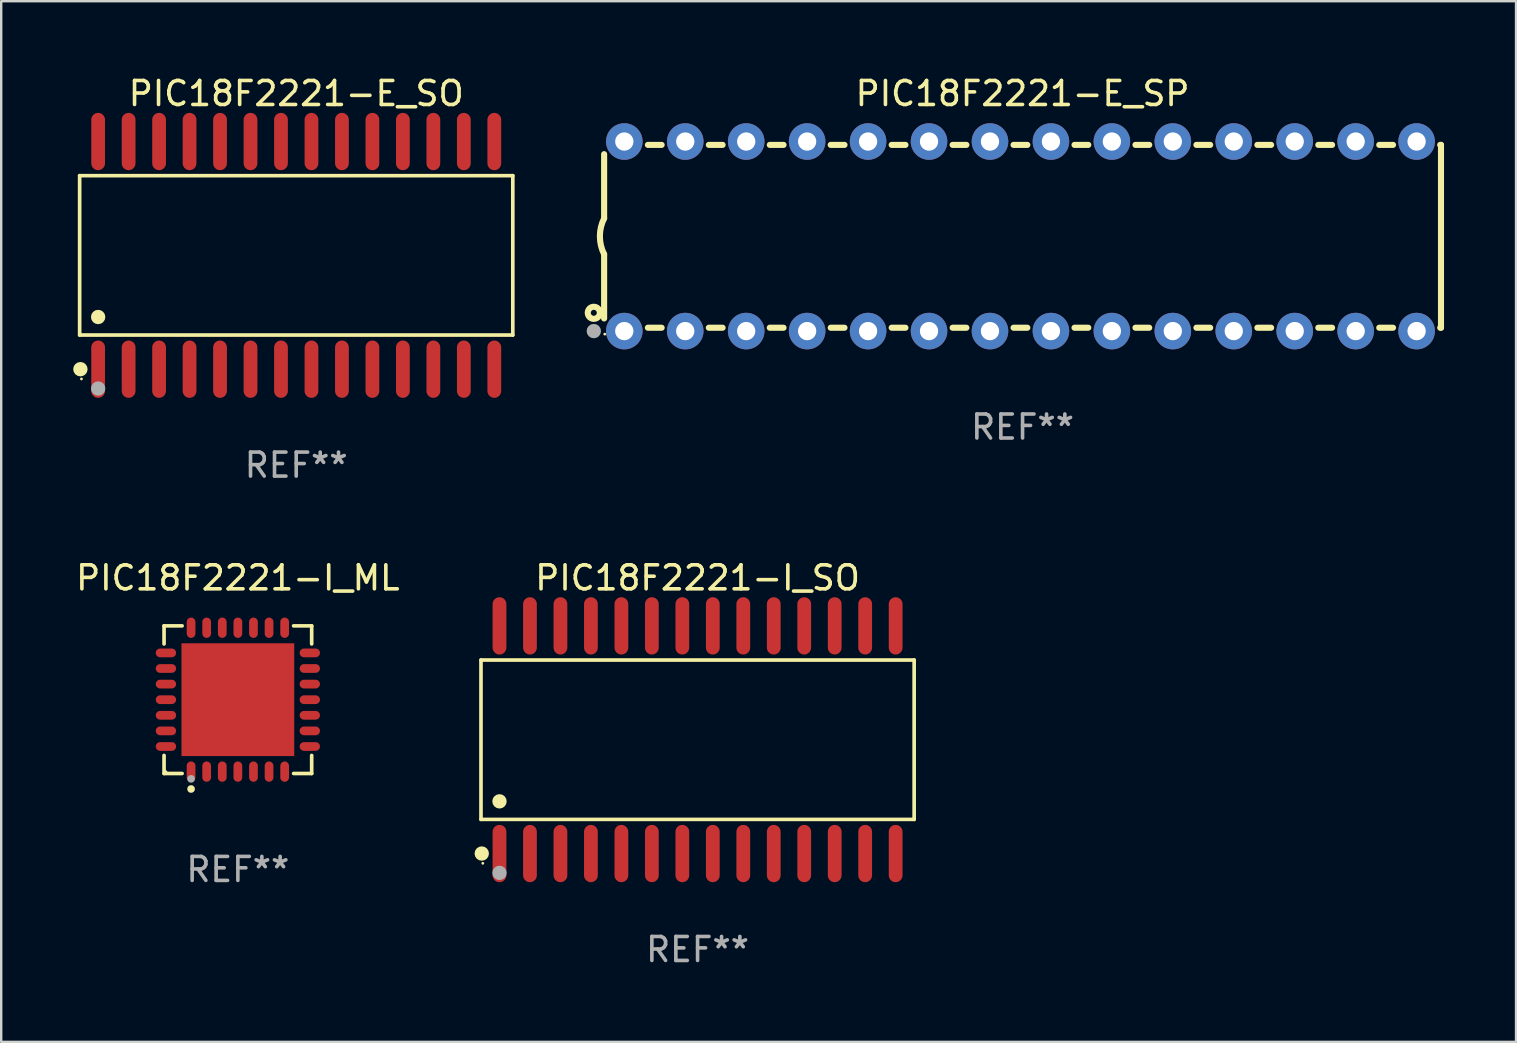
<source format=kicad_pcb>
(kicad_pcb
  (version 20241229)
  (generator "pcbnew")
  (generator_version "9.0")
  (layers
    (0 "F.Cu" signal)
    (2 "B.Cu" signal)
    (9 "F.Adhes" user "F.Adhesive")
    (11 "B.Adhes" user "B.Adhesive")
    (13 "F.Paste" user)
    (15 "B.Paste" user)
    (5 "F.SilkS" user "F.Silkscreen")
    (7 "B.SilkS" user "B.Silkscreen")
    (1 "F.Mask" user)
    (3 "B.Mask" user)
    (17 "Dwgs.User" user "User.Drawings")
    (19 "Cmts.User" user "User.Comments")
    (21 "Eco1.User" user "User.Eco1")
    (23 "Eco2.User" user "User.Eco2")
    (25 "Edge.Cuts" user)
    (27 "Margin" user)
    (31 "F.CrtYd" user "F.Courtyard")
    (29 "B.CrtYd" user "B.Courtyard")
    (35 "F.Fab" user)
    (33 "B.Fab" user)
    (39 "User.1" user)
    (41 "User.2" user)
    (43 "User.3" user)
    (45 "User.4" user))
  (footprint "PIC18F2221-E_SO"
    (layer "F.Cu")
    (at 9.295 7.592)
    (property "Reference" "PIC18F2221-E_SO" (at 0 -6.744 0) (layer "F.SilkS") (effects (font (size 1 1) (thickness 0.15))))
    (attr through_hole)
    (fp_line (start -9.026 -3.321) (end 9.026 -3.321) (stroke (width 0.152) (type solid)) (layer "F.SilkS"))
    (fp_line (start -9.026 3.321) (end -9.026 -3.321) (stroke (width 0.152) (type solid)) (layer "F.SilkS"))
    (fp_line (start 9.026 -3.321) (end 9.026 3.321) (stroke (width 0.152) (type solid)) (layer "F.SilkS"))
    (fp_line (start 9.026 3.321) (end -9.026 3.321) (stroke (width 0.152) (type solid)) (layer "F.SilkS"))
    (fp_circle (center -8.994 4.744) (end -8.844 4.744) (stroke (width 0.3) (type solid)) (fill no) (layer "F.SilkS"))
    (fp_circle (center -8.95 5.15) (end -8.92 5.15) (stroke (width 0.06) (type solid)) (fill no) (layer "F.SilkS"))
    (fp_circle (center -8.255 2.569) (end -8.105 2.569) (stroke (width 0.3) (type solid)) (fill no) (layer "F.SilkS"))
    (fp_circle (center -8.255 5.55) (end -8.105 5.55) (stroke (width 0.3) (type solid)) (fill no) (layer "F.Fab"))
    (fp_text user "REF**" (at 0 8.744 0) (layer "F.Fab") (effects (font (size 1 1) (thickness 0.15))))
    (pad "1" smd oval (at -8.255 4.744) (size 0.574 2.388) (layers "F.Cu" "F.Mask" "F.Paste"))
    (pad "2" smd oval (at -6.985 4.744) (size 0.574 2.388) (layers "F.Cu" "F.Mask" "F.Paste"))
    (pad "3" smd oval (at -5.715 4.744) (size 0.574 2.388) (layers "F.Cu" "F.Mask" "F.Paste"))
    (pad "4" smd oval (at -4.445 4.744) (size 0.574 2.388) (layers "F.Cu" "F.Mask" "F.Paste"))
    (pad "5" smd oval (at -3.175 4.744) (size 0.574 2.388) (layers "F.Cu" "F.Mask" "F.Paste"))
    (pad "6" smd oval (at -1.905 4.744) (size 0.574 2.388) (layers "F.Cu" "F.Mask" "F.Paste"))
    (pad "7" smd oval (at -0.635 4.744) (size 0.574 2.388) (layers "F.Cu" "F.Mask" "F.Paste"))
    (pad "8" smd oval (at 0.635 4.744) (size 0.574 2.388) (layers "F.Cu" "F.Mask" "F.Paste"))
    (pad "9" smd oval (at 1.905 4.744) (size 0.574 2.388) (layers "F.Cu" "F.Mask" "F.Paste"))
    (pad "10" smd oval (at 3.175 4.744) (size 0.574 2.388) (layers "F.Cu" "F.Mask" "F.Paste"))
    (pad "11" smd oval (at 4.445 4.744) (size 0.574 2.388) (layers "F.Cu" "F.Mask" "F.Paste"))
    (pad "12" smd oval (at 5.715 4.744) (size 0.574 2.388) (layers "F.Cu" "F.Mask" "F.Paste"))
    (pad "13" smd oval (at 6.985 4.744) (size 0.574 2.388) (layers "F.Cu" "F.Mask" "F.Paste"))
    (pad "14" smd oval (at 8.255 4.744) (size 0.574 2.388) (layers "F.Cu" "F.Mask" "F.Paste"))
    (pad "15" smd oval (at 8.255 -4.744) (size 0.574 2.388) (layers "F.Cu" "F.Mask" "F.Paste"))
    (pad "16" smd oval (at 6.985 -4.744) (size 0.574 2.388) (layers "F.Cu" "F.Mask" "F.Paste"))
    (pad "17" smd oval (at 5.715 -4.744) (size 0.574 2.388) (layers "F.Cu" "F.Mask" "F.Paste"))
    (pad "18" smd oval (at 4.445 -4.744) (size 0.574 2.388) (layers "F.Cu" "F.Mask" "F.Paste"))
    (pad "19" smd oval (at 3.175 -4.744) (size 0.574 2.388) (layers "F.Cu" "F.Mask" "F.Paste"))
    (pad "20" smd oval (at 1.905 -4.744) (size 0.574 2.388) (layers "F.Cu" "F.Mask" "F.Paste"))
    (pad "21" smd oval (at 0.635 -4.744) (size 0.574 2.388) (layers "F.Cu" "F.Mask" "F.Paste"))
    (pad "22" smd oval (at -0.635 -4.744) (size 0.574 2.388) (layers "F.Cu" "F.Mask" "F.Paste"))
    (pad "23" smd oval (at -1.905 -4.744) (size 0.574 2.388) (layers "F.Cu" "F.Mask" "F.Paste"))
    (pad "24" smd oval (at -3.175 -4.744) (size 0.574 2.388) (layers "F.Cu" "F.Mask" "F.Paste"))
    (pad "25" smd oval (at -4.445 -4.744) (size 0.574 2.388) (layers "F.Cu" "F.Mask" "F.Paste"))
    (pad "26" smd oval (at -5.715 -4.744) (size 0.574 2.388) (layers "F.Cu" "F.Mask" "F.Paste"))
    (pad "27" smd oval (at -6.985 -4.744) (size 0.574 2.388) (layers "F.Cu" "F.Mask" "F.Paste"))
    (pad "28" smd oval (at -8.255 -4.744) (size 0.574 2.388) (layers "F.Cu" "F.Mask" "F.Paste")))
  (footprint "PIC18F2221-I_SO"
    (layer "F.Cu")
    (at 26.021 27.777)
    (property "Reference" "PIC18F2221-I_SO" (at 0 -6.744 0) (layer "F.SilkS") (effects (font (size 1 1) (thickness 0.15))))
    (attr through_hole)
    (fp_line (start -9.026 -3.321) (end 9.026 -3.321) (stroke (width 0.152) (type solid)) (layer "F.SilkS"))
    (fp_line (start -9.026 3.321) (end -9.026 -3.321) (stroke (width 0.152) (type solid)) (layer "F.SilkS"))
    (fp_line (start 9.026 -3.321) (end 9.026 3.321) (stroke (width 0.152) (type solid)) (layer "F.SilkS"))
    (fp_line (start 9.026 3.321) (end -9.026 3.321) (stroke (width 0.152) (type solid)) (layer "F.SilkS"))
    (fp_circle (center -8.994 4.744) (end -8.844 4.744) (stroke (width 0.3) (type solid)) (fill no) (layer "F.SilkS"))
    (fp_circle (center -8.95 5.15) (end -8.92 5.15) (stroke (width 0.06) (type solid)) (fill no) (layer "F.SilkS"))
    (fp_circle (center -8.255 2.569) (end -8.105 2.569) (stroke (width 0.3) (type solid)) (fill no) (layer "F.SilkS"))
    (fp_circle (center -8.255 5.55) (end -8.105 5.55) (stroke (width 0.3) (type solid)) (fill no) (layer "F.Fab"))
    (fp_text user "REF**" (at 0 8.744 0) (layer "F.Fab") (effects (font (size 1 1) (thickness 0.15))))
    (pad "1" smd oval (at -8.255 4.744) (size 0.574 2.388) (layers "F.Cu" "F.Mask" "F.Paste"))
    (pad "2" smd oval (at -6.985 4.744) (size 0.574 2.388) (layers "F.Cu" "F.Mask" "F.Paste"))
    (pad "3" smd oval (at -5.715 4.744) (size 0.574 2.388) (layers "F.Cu" "F.Mask" "F.Paste"))
    (pad "4" smd oval (at -4.445 4.744) (size 0.574 2.388) (layers "F.Cu" "F.Mask" "F.Paste"))
    (pad "5" smd oval (at -3.175 4.744) (size 0.574 2.388) (layers "F.Cu" "F.Mask" "F.Paste"))
    (pad "6" smd oval (at -1.905 4.744) (size 0.574 2.388) (layers "F.Cu" "F.Mask" "F.Paste"))
    (pad "7" smd oval (at -0.635 4.744) (size 0.574 2.388) (layers "F.Cu" "F.Mask" "F.Paste"))
    (pad "8" smd oval (at 0.635 4.744) (size 0.574 2.388) (layers "F.Cu" "F.Mask" "F.Paste"))
    (pad "9" smd oval (at 1.905 4.744) (size 0.574 2.388) (layers "F.Cu" "F.Mask" "F.Paste"))
    (pad "10" smd oval (at 3.175 4.744) (size 0.574 2.388) (layers "F.Cu" "F.Mask" "F.Paste"))
    (pad "11" smd oval (at 4.445 4.744) (size 0.574 2.388) (layers "F.Cu" "F.Mask" "F.Paste"))
    (pad "12" smd oval (at 5.715 4.744) (size 0.574 2.388) (layers "F.Cu" "F.Mask" "F.Paste"))
    (pad "13" smd oval (at 6.985 4.744) (size 0.574 2.388) (layers "F.Cu" "F.Mask" "F.Paste"))
    (pad "14" smd oval (at 8.255 4.744) (size 0.574 2.388) (layers "F.Cu" "F.Mask" "F.Paste"))
    (pad "15" smd oval (at 8.255 -4.744) (size 0.574 2.388) (layers "F.Cu" "F.Mask" "F.Paste"))
    (pad "16" smd oval (at 6.985 -4.744) (size 0.574 2.388) (layers "F.Cu" "F.Mask" "F.Paste"))
    (pad "17" smd oval (at 5.715 -4.744) (size 0.574 2.388) (layers "F.Cu" "F.Mask" "F.Paste"))
    (pad "18" smd oval (at 4.445 -4.744) (size 0.574 2.388) (layers "F.Cu" "F.Mask" "F.Paste"))
    (pad "19" smd oval (at 3.175 -4.744) (size 0.574 2.388) (layers "F.Cu" "F.Mask" "F.Paste"))
    (pad "20" smd oval (at 1.905 -4.744) (size 0.574 2.388) (layers "F.Cu" "F.Mask" "F.Paste"))
    (pad "21" smd oval (at 0.635 -4.744) (size 0.574 2.388) (layers "F.Cu" "F.Mask" "F.Paste"))
    (pad "22" smd oval (at -0.635 -4.744) (size 0.574 2.388) (layers "F.Cu" "F.Mask" "F.Paste"))
    (pad "23" smd oval (at -1.905 -4.744) (size 0.574 2.388) (layers "F.Cu" "F.Mask" "F.Paste"))
    (pad "24" smd oval (at -3.175 -4.744) (size 0.574 2.388) (layers "F.Cu" "F.Mask" "F.Paste"))
    (pad "25" smd oval (at -4.445 -4.744) (size 0.574 2.388) (layers "F.Cu" "F.Mask" "F.Paste"))
    (pad "26" smd oval (at -5.715 -4.744) (size 0.574 2.388) (layers "F.Cu" "F.Mask" "F.Paste"))
    (pad "27" smd oval (at -6.985 -4.744) (size 0.574 2.388) (layers "F.Cu" "F.Mask" "F.Paste"))
    (pad "28" smd oval (at -8.255 -4.744) (size 0.574 2.388) (layers "F.Cu" "F.Mask" "F.Paste")))
  (footprint "PIC18F2221-I_ML"
    (layer "F.Cu")
    (at 6.863 26.109)
    (property "Reference" "PIC18F2221-I_ML" (at 0 -5.076 0) (layer "F.SilkS") (effects (font (size 1 1) (thickness 0.15))))
    (attr through_hole)
    (fp_line (start -3.076 -3.076) (end -2.323 -3.076) (stroke (width 0.152) (type solid)) (layer "F.SilkS"))
    (fp_line (start -3.076 -2.323) (end -3.076 -3.076) (stroke (width 0.152) (type solid)) (layer "F.SilkS"))
    (fp_line (start -3.076 2.323) (end -3.076 3.076) (stroke (width 0.152) (type solid)) (layer "F.SilkS"))
    (fp_line (start -3.076 3.076) (end -2.323 3.076) (stroke (width 0.152) (type solid)) (layer "F.SilkS"))
    (fp_line (start 3.076 -3.076) (end 2.323 -3.076) (stroke (width 0.152) (type solid)) (layer "F.SilkS"))
    (fp_line (start 3.076 -2.323) (end 3.076 -3.076) (stroke (width 0.152) (type solid)) (layer "F.SilkS"))
    (fp_line (start 3.076 2.323) (end 3.076 3.076) (stroke (width 0.152) (type solid)) (layer "F.SilkS"))
    (fp_line (start 3.076 3.076) (end 2.323 3.076) (stroke (width 0.152) (type solid)) (layer "F.SilkS"))
    (fp_circle (center -3 3) (end -2.97 3) (stroke (width 0.06) (type solid)) (fill no) (layer "F.SilkS"))
    (fp_circle (center -1.95 3.722) (end -1.87 3.722) (stroke (width 0.16) (type solid)) (fill no) (layer "F.SilkS"))
    (fp_circle (center -1.95 3.3) (end -1.87 3.3) (stroke (width 0.16) (type solid)) (fill no) (layer "F.Fab"))
    (fp_text user "REF**" (at 0 7.076 0) (layer "F.Fab") (effects (font (size 1 1) (thickness 0.15))))
    (pad "1" smd oval (at -1.95 2.998) (size 0.364 0.847) (layers "F.Cu" "F.Mask" "F.Paste"))
    (pad "2" smd oval (at -1.3 2.998) (size 0.364 0.847) (layers "F.Cu" "F.Mask" "F.Paste"))
    (pad "3" smd oval (at -0.65 2.998) (size 0.364 0.847) (layers "F.Cu" "F.Mask" "F.Paste"))
    (pad "4" smd oval (at 0 2.998) (size 0.364 0.847) (layers "F.Cu" "F.Mask" "F.Paste"))
    (pad "5" smd oval (at 0.65 2.998) (size 0.364 0.847) (layers "F.Cu" "F.Mask" "F.Paste"))
    (pad "6" smd oval (at 1.3 2.998) (size 0.364 0.847) (layers "F.Cu" "F.Mask" "F.Paste"))
    (pad "7" smd oval (at 1.95 2.998) (size 0.364 0.847) (layers "F.Cu" "F.Mask" "F.Paste"))
    (pad "8" smd oval (at 2.998 1.95) (size 0.847 0.364) (layers "F.Cu" "F.Mask" "F.Paste"))
    (pad "9" smd oval (at 2.998 1.3) (size 0.847 0.364) (layers "F.Cu" "F.Mask" "F.Paste"))
    (pad "10" smd oval (at 2.998 0.65) (size 0.847 0.364) (layers "F.Cu" "F.Mask" "F.Paste"))
    (pad "11" smd oval (at 2.998 0) (size 0.847 0.364) (layers "F.Cu" "F.Mask" "F.Paste"))
    (pad "12" smd oval (at 2.998 -0.65) (size 0.847 0.364) (layers "F.Cu" "F.Mask" "F.Paste"))
    (pad "13" smd oval (at 2.998 -1.3) (size 0.847 0.364) (layers "F.Cu" "F.Mask" "F.Paste"))
    (pad "14" smd oval (at 2.998 -1.95) (size 0.847 0.364) (layers "F.Cu" "F.Mask" "F.Paste"))
    (pad "15" smd oval (at 1.95 -2.998) (size 0.364 0.847) (layers "F.Cu" "F.Mask" "F.Paste"))
    (pad "16" smd oval (at 1.3 -2.998) (size 0.364 0.847) (layers "F.Cu" "F.Mask" "F.Paste"))
    (pad "17" smd oval (at 0.65 -2.998) (size 0.364 0.847) (layers "F.Cu" "F.Mask" "F.Paste"))
    (pad "18" smd oval (at 0 -2.998) (size 0.364 0.847) (layers "F.Cu" "F.Mask" "F.Paste"))
    (pad "19" smd oval (at -0.65 -2.998) (size 0.364 0.847) (layers "F.Cu" "F.Mask" "F.Paste"))
    (pad "20" smd oval (at -1.3 -2.998) (size 0.364 0.847) (layers "F.Cu" "F.Mask" "F.Paste"))
    (pad "21" smd oval (at -1.95 -2.998) (size 0.364 0.847) (layers "F.Cu" "F.Mask" "F.Paste"))
    (pad "22" smd oval (at -2.998 -1.95) (size 0.847 0.364) (layers "F.Cu" "F.Mask" "F.Paste"))
    (pad "23" smd oval (at -2.998 -1.3) (size 0.847 0.364) (layers "F.Cu" "F.Mask" "F.Paste"))
    (pad "24" smd oval (at -2.998 -0.65) (size 0.847 0.364) (layers "F.Cu" "F.Mask" "F.Paste"))
    (pad "25" smd oval (at -2.998 0) (size 0.847 0.364) (layers "F.Cu" "F.Mask" "F.Paste"))
    (pad "26" smd oval (at -2.998 0.65) (size 0.847 0.364) (layers "F.Cu" "F.Mask" "F.Paste"))
    (pad "27" smd oval (at -2.998 1.3) (size 0.847 0.364) (layers "F.Cu" "F.Mask" "F.Paste"))
    (pad "28" smd oval (at -2.998 1.95) (size 0.847 0.364) (layers "F.Cu" "F.Mask" "F.Paste"))
    (pad "29" smd rect (at 0 0) (size 4.7 4.7) (layers "F.Cu" "F.Mask" "F.Paste")))
  (footprint "PIC18F2221-E_SP"
    (layer "F.Cu")
    (at 39.565 6.798)
    (property "Reference" "PIC18F2221-E_SP" (at 0 -5.95 0) (layer "F.SilkS") (effects (font (size 1 1) (thickness 0.15))))
    (attr through_hole)
    (fp_line (start -17.438 0.75) (end -17.438 3.423) (stroke (width 0.254) (type solid)) (layer "F.SilkS"))
    (fp_line (start -17.438 -3.423) (end -17.438 -0.75) (stroke (width 0.254) (type solid)) (layer "F.SilkS"))
    (fp_line (start -15.615 3.81) (end -15.041 3.81) (stroke (width 0.254) (type solid)) (layer "F.SilkS"))
    (fp_line (start -15.041 -3.81) (end -15.614 -3.81) (stroke (width 0.254) (type solid)) (layer "F.SilkS"))
    (fp_line (start -13.075 3.81) (end -12.501 3.81) (stroke (width 0.254) (type solid)) (layer "F.SilkS"))
    (fp_line (start -12.501 -3.81) (end -13.074 -3.81) (stroke (width 0.254) (type solid)) (layer "F.SilkS"))
    (fp_line (start -10.535 3.81) (end -9.961 3.81) (stroke (width 0.254) (type solid)) (layer "F.SilkS"))
    (fp_line (start -9.961 -3.81) (end -10.534 -3.81) (stroke (width 0.254) (type solid)) (layer "F.SilkS"))
    (fp_line (start -7.995 3.81) (end -7.421 3.81) (stroke (width 0.254) (type solid)) (layer "F.SilkS"))
    (fp_line (start -7.421 -3.81) (end -7.995 -3.81) (stroke (width 0.254) (type solid)) (layer "F.SilkS"))
    (fp_line (start -5.455 3.81) (end -4.881 3.81) (stroke (width 0.254) (type solid)) (layer "F.SilkS"))
    (fp_line (start -4.881 -3.81) (end -5.455 -3.81) (stroke (width 0.254) (type solid)) (layer "F.SilkS"))
    (fp_line (start -2.915 3.81) (end -2.341 3.81) (stroke (width 0.254) (type solid)) (layer "F.SilkS"))
    (fp_line (start -2.341 -3.81) (end -2.915 -3.81) (stroke (width 0.254) (type solid)) (layer "F.SilkS"))
    (fp_line (start -0.375 3.81) (end 0.199 3.81) (stroke (width 0.254) (type solid)) (layer "F.SilkS"))
    (fp_line (start 0.199 -3.81) (end -0.375 -3.81) (stroke (width 0.254) (type solid)) (layer "F.SilkS"))
    (fp_line (start 2.165 3.81) (end 2.739 3.81) (stroke (width 0.254) (type solid)) (layer "F.SilkS"))
    (fp_line (start 2.739 -3.81) (end 2.165 -3.81) (stroke (width 0.254) (type solid)) (layer "F.SilkS"))
    (fp_line (start 4.705 3.81) (end 5.279 3.81) (stroke (width 0.254) (type solid)) (layer "F.SilkS"))
    (fp_line (start 5.279 -3.81) (end 4.705 -3.81) (stroke (width 0.254) (type solid)) (layer "F.SilkS"))
    (fp_line (start 7.245 3.81) (end 7.819 3.81) (stroke (width 0.254) (type solid)) (layer "F.SilkS"))
    (fp_line (start 7.819 -3.81) (end 7.245 -3.81) (stroke (width 0.254) (type solid)) (layer "F.SilkS"))
    (fp_line (start 9.785 3.81) (end 10.359 3.81) (stroke (width 0.254) (type solid)) (layer "F.SilkS"))
    (fp_line (start 10.359 -3.81) (end 9.785 -3.81) (stroke (width 0.254) (type solid)) (layer "F.SilkS"))
    (fp_line (start 12.325 3.81) (end 12.899 3.81) (stroke (width 0.254) (type solid)) (layer "F.SilkS"))
    (fp_line (start 12.899 -3.81) (end 12.325 -3.81) (stroke (width 0.254) (type solid)) (layer "F.SilkS"))
    (fp_line (start 14.865 3.81) (end 15.439 3.81) (stroke (width 0.254) (type solid)) (layer "F.SilkS"))
    (fp_line (start 15.439 -3.81) (end 14.865 -3.81) (stroke (width 0.254) (type solid)) (layer "F.SilkS"))
    (fp_line (start 17.405 3.81) (end 17.438 3.81) (stroke (width 0.254) (type solid)) (layer "F.SilkS"))
    (fp_line (start 17.438 -3.81) (end 17.405 -3.81) (stroke (width 0.254) (type solid)) (layer "F.SilkS"))
    (fp_line (start 17.438 -3.556) (end 17.438 -3.81) (stroke (width 0.254) (type solid)) (layer "F.SilkS"))
    (fp_line (start 17.438 3.81) (end 17.438 -3.556) (stroke (width 0.254) (type solid)) (layer "F.SilkS"))
    (fp_arc (start -17.437986 0.749657) (mid -17.614887 -0.000024) (end -17.437783 -0.749657) (stroke (width 0.254001) (type solid)) (layer "F.SilkS"))
    (fp_circle (center -17.868 3.188) (end -17.743 3.188) (stroke (width 0.254) (type solid)) (fill no) (layer "F.SilkS"))
    (fp_circle (center -17.411 4.077) (end -17.381 4.077) (stroke (width 0.06) (type solid)) (fill no) (layer "F.SilkS"))
    (fp_circle (center -17.868 3.95) (end -17.718 3.95) (stroke (width 0.3) (type solid)) (fill no) (layer "F.Fab"))
    (fp_text user "REF**" (at 0 7.95 0) (layer "F.Fab") (effects (font (size 1 1) (thickness 0.15))))
    (pad "1" thru_hole circle (at -16.598 3.95) (size 1.524 1.524) (drill 0.762) (layers "*.Cu" "*.Mask"))
    (pad "2" thru_hole circle (at -14.058 3.95) (size 1.524 1.524) (drill 0.762) (layers "*.Cu" "*.Mask"))
    (pad "3" thru_hole circle (at -11.518 3.95) (size 1.524 1.524) (drill 0.762) (layers "*.Cu" "*.Mask"))
    (pad "4" thru_hole circle (at -8.978 3.95) (size 1.524 1.524) (drill 0.762) (layers "*.Cu" "*.Mask"))
    (pad "5" thru_hole circle (at -6.438 3.95) (size 1.524 1.524) (drill 0.762) (layers "*.Cu" "*.Mask"))
    (pad "6" thru_hole circle (at -3.898 3.95) (size 1.524 1.524) (drill 0.762) (layers "*.Cu" "*.Mask"))
    (pad "7" thru_hole circle (at -1.358 3.95) (size 1.524 1.524) (drill 0.762) (layers "*.Cu" "*.Mask"))
    (pad "8" thru_hole circle (at 1.182 3.95) (size 1.524 1.524) (drill 0.762) (layers "*.Cu" "*.Mask"))
    (pad "9" thru_hole circle (at 3.722 3.95) (size 1.524 1.524) (drill 0.762) (layers "*.Cu" "*.Mask"))
    (pad "10" thru_hole circle (at 6.262 3.95) (size 1.524 1.524) (drill 0.762) (layers "*.Cu" "*.Mask"))
    (pad "11" thru_hole circle (at 8.802 3.95) (size 1.524 1.524) (drill 0.762) (layers "*.Cu" "*.Mask"))
    (pad "12" thru_hole circle (at 11.342 3.95) (size 1.524 1.524) (drill 0.762) (layers "*.Cu" "*.Mask"))
    (pad "13" thru_hole circle (at 13.882 3.95) (size 1.524 1.524) (drill 0.762) (layers "*.Cu" "*.Mask"))
    (pad "14" thru_hole circle (at 16.422 3.95) (size 1.524 1.524) (drill 0.762) (layers "*.Cu" "*.Mask"))
    (pad "15" thru_hole circle (at 16.422 -3.95) (size 1.524 1.524) (drill 0.762) (layers "*.Cu" "*.Mask"))
    (pad "16" thru_hole circle (at 13.882 -3.95) (size 1.524 1.524) (drill 0.762) (layers "*.Cu" "*.Mask"))
    (pad "17" thru_hole circle (at 11.342 -3.95) (size 1.524 1.524) (drill 0.762) (layers "*.Cu" "*.Mask"))
    (pad "18" thru_hole circle (at 8.802 -3.95) (size 1.524 1.524) (drill 0.762) (layers "*.Cu" "*.Mask"))
    (pad "19" thru_hole circle (at 6.262 -3.95) (size 1.524 1.524) (drill 0.762) (layers "*.Cu" "*.Mask"))
    (pad "20" thru_hole circle (at 3.722 -3.95) (size 1.524 1.524) (drill 0.762) (layers "*.Cu" "*.Mask"))
    (pad "21" thru_hole circle (at 1.182 -3.95) (size 1.524 1.524) (drill 0.762) (layers "*.Cu" "*.Mask"))
    (pad "22" thru_hole circle (at -1.358 -3.95) (size 1.524 1.524) (drill 0.762) (layers "*.Cu" "*.Mask"))
    (pad "23" thru_hole circle (at -3.898 -3.95) (size 1.524 1.524) (drill 0.762) (layers "*.Cu" "*.Mask"))
    (pad "24" thru_hole circle (at -6.438 -3.95) (size 1.524 1.524) (drill 0.762) (layers "*.Cu" "*.Mask"))
    (pad "25" thru_hole circle (at -8.978 -3.95) (size 1.524 1.524) (drill 0.762) (layers "*.Cu" "*.Mask"))
    (pad "26" thru_hole circle (at -11.517 -3.95) (size 1.524 1.524) (drill 0.762) (layers "*.Cu" "*.Mask"))
    (pad "27" thru_hole circle (at -14.057 -3.95) (size 1.524 1.524) (drill 0.762) (layers "*.Cu" "*.Mask"))
    (pad "28" thru_hole circle (at -16.597 -3.95) (size 1.524 1.524) (drill 0.762) (layers "*.Cu" "*.Mask")))
  (gr_rect
    (start -3 -3)
    (end 60.13 40.369)
    (stroke (width 0.1) (type default))
    (fill no)
    (layer "Edge.Cuts")))
</source>
